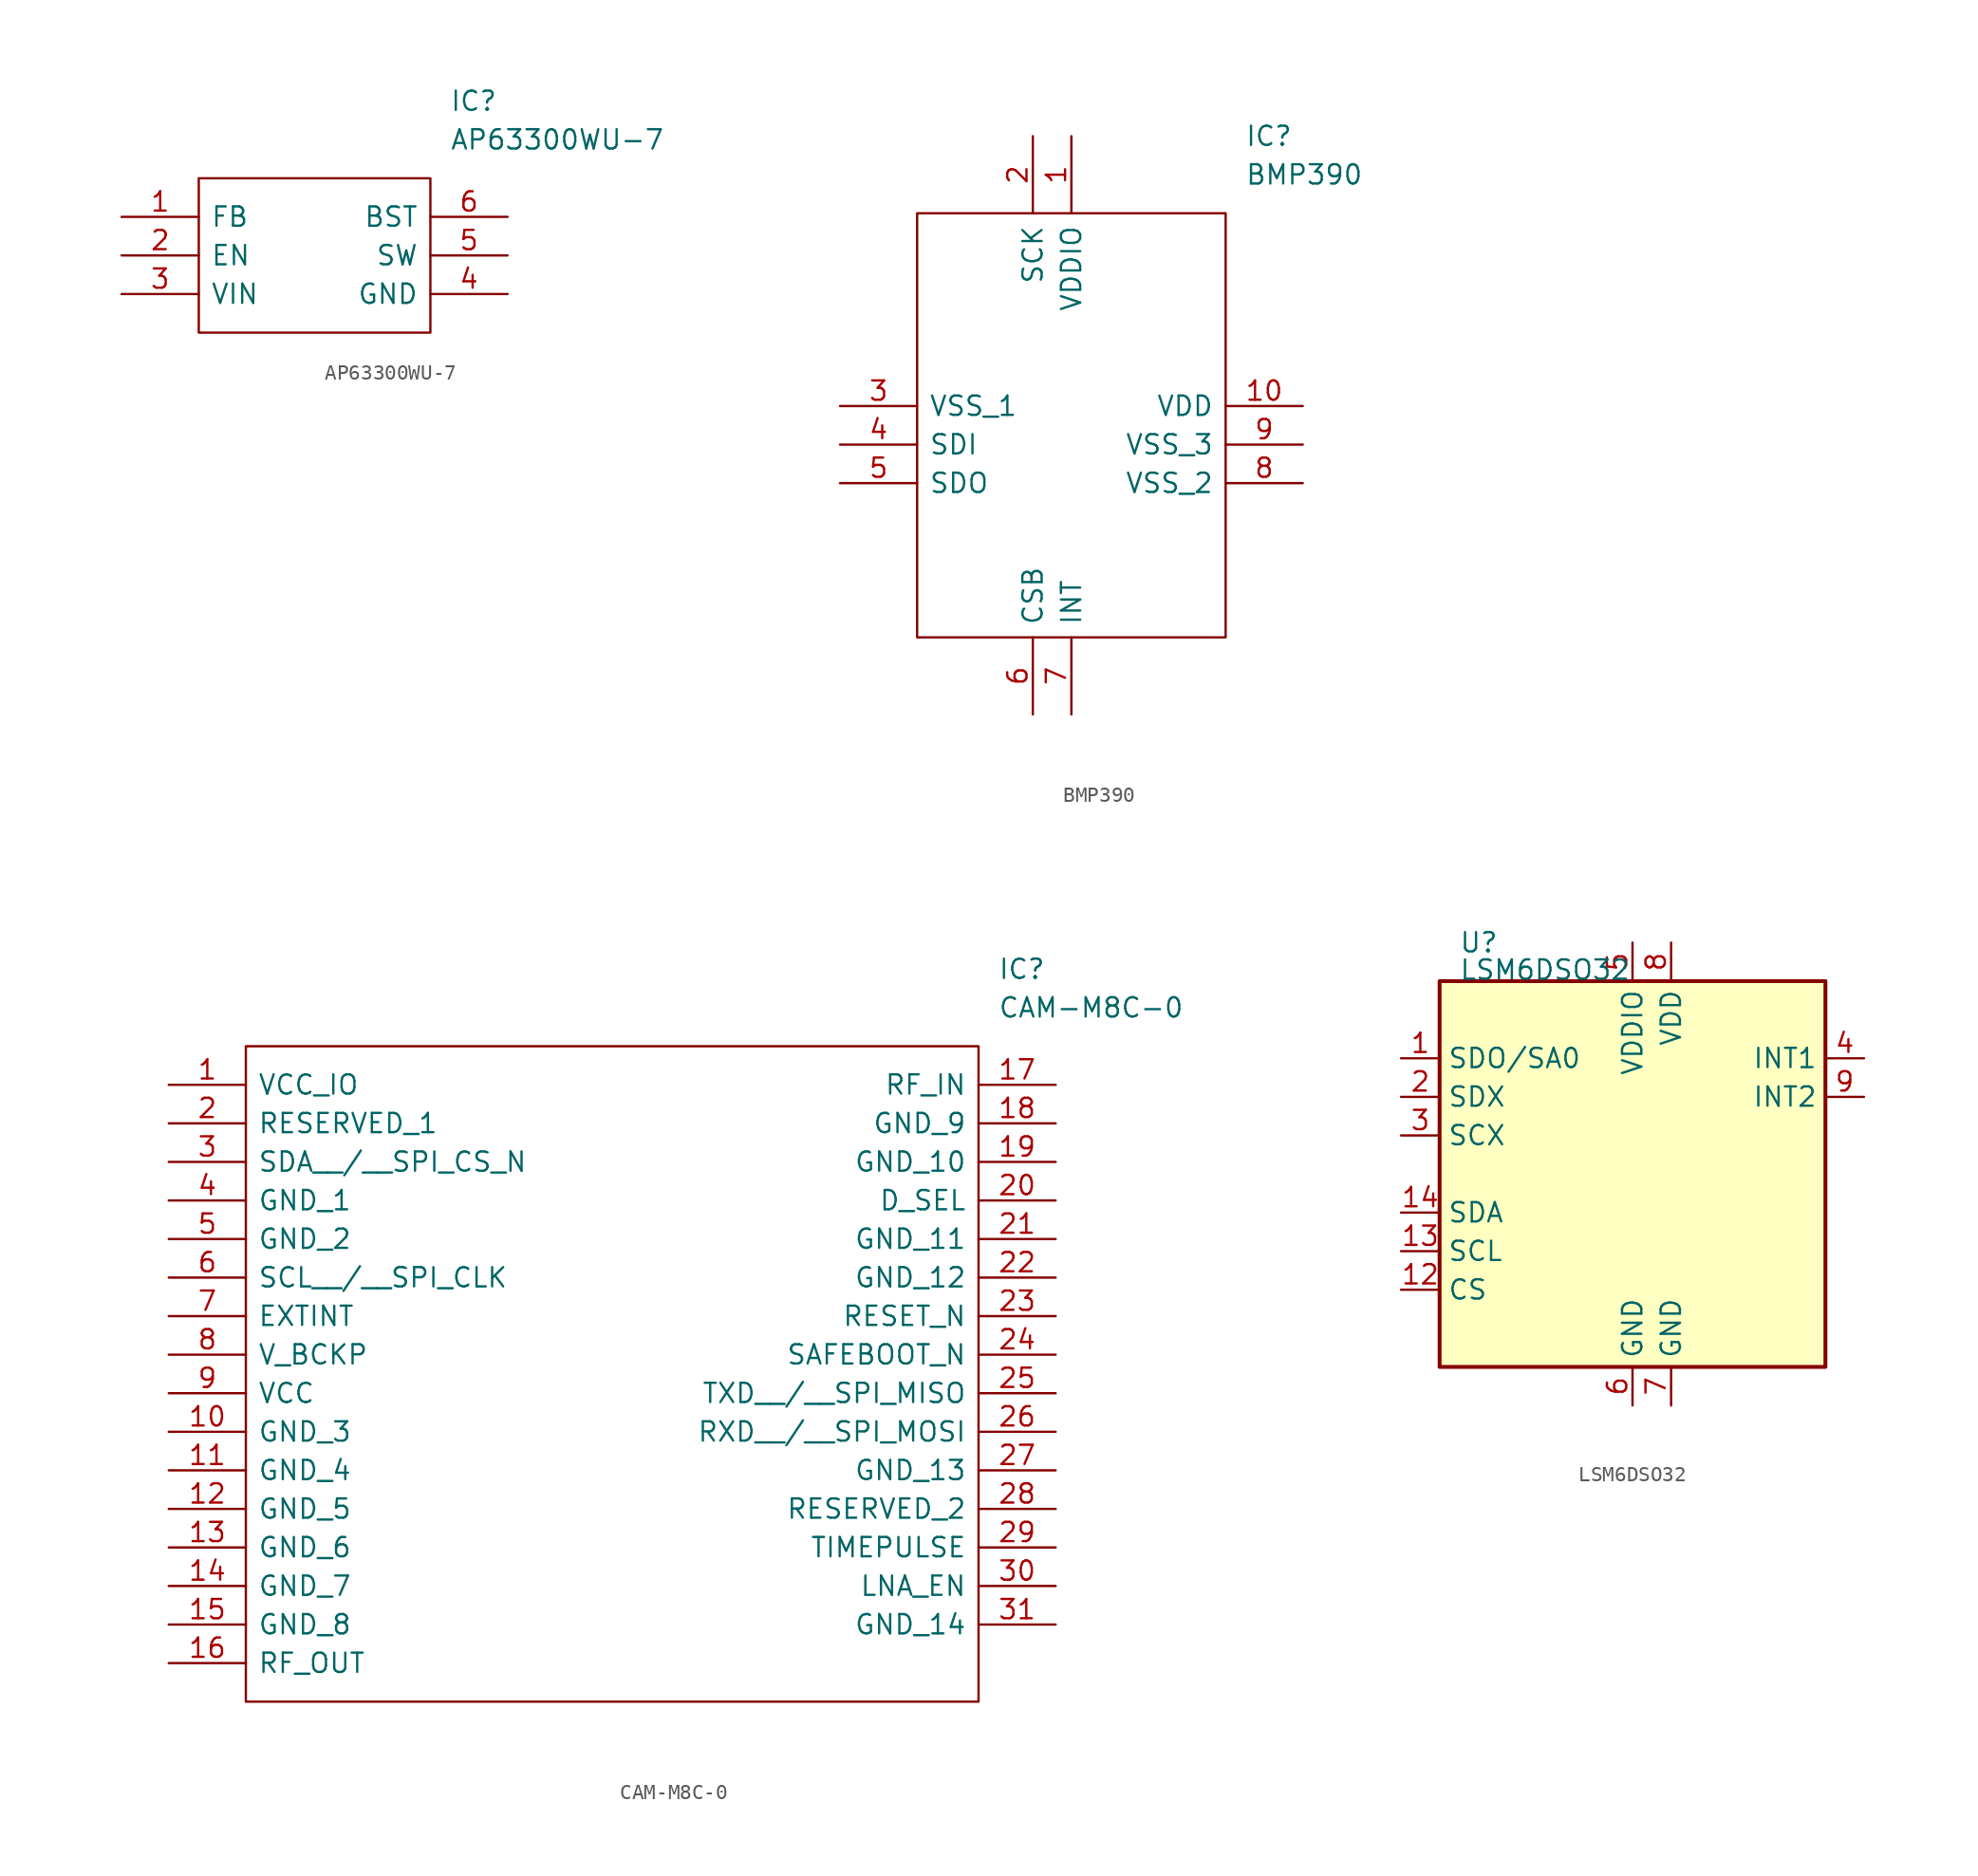
<source format=kicad_sym>
(kicad_symbol_lib
  (version 20211014)
  (generator kicad_symbol_editor)
  (symbol "AP63300WU-7"
    (pin_names
      (offset 0.762))
    (property "Reference" "IC"
      (at 21.59 7.62 0)
      (effects (font (size 1.27 1.27)) (justify left)))
    (property "Value" "AP63300WU-7"
      (at 21.59 5.08 0)
      (effects (font (size 1.27 1.27)) (justify left)))
    (symbol "AP63300WU-7_0_0"
      (pin passive line (at 0 0 0) (length 5.08) (name "FB" (effects (font (size 1.27 1.27)))) (number "1" (effects (font (size 1.27 1.27)))))
      (pin passive line (at 0 -2.54 0) (length 5.08) (name "EN" (effects (font (size 1.27 1.27)))) (number "2" (effects (font (size 1.27 1.27)))))
      (pin passive line (at 0 -5.08 0) (length 5.08) (name "VIN" (effects (font (size 1.27 1.27)))) (number "3" (effects (font (size 1.27 1.27)))))
      (pin passive line (at 25.4 -5.08 180) (length 5.08) (name "GND" (effects (font (size 1.27 1.27)))) (number "4" (effects (font (size 1.27 1.27)))))
      (pin passive line (at 25.4 -2.54 180) (length 5.08) (name "SW" (effects (font (size 1.27 1.27)))) (number "5" (effects (font (size 1.27 1.27)))))
      (pin passive line (at 25.4 0 180) (length 5.08) (name "BST" (effects (font (size 1.27 1.27)))) (number "6" (effects (font (size 1.27 1.27))))))
    (symbol "AP63300WU-7_0_1"
      (polyline (pts (xy 5.08 2.54) (xy 20.32 2.54) (xy 20.32 -7.62) (xy 5.08 -7.62) (xy 5.08 2.54)) (stroke (width 0.152) (type default) (color 0 0 0 0)) (fill (type none)))))
  (symbol "BMP390"
    (pin_names
      (offset 0.762))
    (property "Reference" "IC"
      (at 26.67 17.78 0)
      (effects (font (size 1.27 1.27)) (justify left)))
    (property "Value" "BMP390"
      (at 26.67 15.24 0)
      (effects (font (size 1.27 1.27)) (justify left)))
    (symbol "BMP390_0_0"
      (pin passive line (at 15.24 17.78 270) (length 5.08) (name "VDDIO" (effects (font (size 1.27 1.27)))) (number "1" (effects (font (size 1.27 1.27)))))
      (pin passive line (at 30.48 0 180) (length 5.08) (name "VDD" (effects (font (size 1.27 1.27)))) (number "10" (effects (font (size 1.27 1.27)))))
      (pin passive line (at 12.7 17.78 270) (length 5.08) (name "SCK" (effects (font (size 1.27 1.27)))) (number "2" (effects (font (size 1.27 1.27)))))
      (pin passive line (at 0 0 0) (length 5.08) (name "VSS_1" (effects (font (size 1.27 1.27)))) (number "3" (effects (font (size 1.27 1.27)))))
      (pin passive line (at 0 -2.54 0) (length 5.08) (name "SDI" (effects (font (size 1.27 1.27)))) (number "4" (effects (font (size 1.27 1.27)))))
      (pin passive line (at 0 -5.08 0) (length 5.08) (name "SDO" (effects (font (size 1.27 1.27)))) (number "5" (effects (font (size 1.27 1.27)))))
      (pin passive line (at 12.7 -20.32 90) (length 5.08) (name "CSB" (effects (font (size 1.27 1.27)))) (number "6" (effects (font (size 1.27 1.27)))))
      (pin passive line (at 15.24 -20.32 90) (length 5.08) (name "INT" (effects (font (size 1.27 1.27)))) (number "7" (effects (font (size 1.27 1.27)))))
      (pin passive line (at 30.48 -5.08 180) (length 5.08) (name "VSS_2" (effects (font (size 1.27 1.27)))) (number "8" (effects (font (size 1.27 1.27)))))
      (pin passive line (at 30.48 -2.54 180) (length 5.08) (name "VSS_3" (effects (font (size 1.27 1.27)))) (number "9" (effects (font (size 1.27 1.27))))))
    (symbol "BMP390_0_1"
      (polyline (pts (xy 5.08 12.7) (xy 25.4 12.7) (xy 25.4 -15.24) (xy 5.08 -15.24) (xy 5.08 12.7)) (stroke (width 0.152) (type default) (color 0 0 0 0)) (fill (type none)))))
  (symbol "CAM-M8C-0"
    (pin_names
      (offset 0.762))
    (property "Reference" "IC"
      (at 54.61 7.62 0)
      (effects (font (size 1.27 1.27)) (justify left)))
    (property "Value" "CAM-M8C-0"
      (at 54.61 5.08 0)
      (effects (font (size 1.27 1.27)) (justify left)))
    (symbol "CAM-M8C-0_0_0"
      (pin passive line (at 0 0 0) (length 5.08) (name "VCC_IO" (effects (font (size 1.27 1.27)))) (number "1" (effects (font (size 1.27 1.27)))))
      (pin passive line (at 0 -22.86 0) (length 5.08) (name "GND_3" (effects (font (size 1.27 1.27)))) (number "10" (effects (font (size 1.27 1.27)))))
      (pin passive line (at 0 -25.4 0) (length 5.08) (name "GND_4" (effects (font (size 1.27 1.27)))) (number "11" (effects (font (size 1.27 1.27)))))
      (pin passive line (at 0 -27.94 0) (length 5.08) (name "GND_5" (effects (font (size 1.27 1.27)))) (number "12" (effects (font (size 1.27 1.27)))))
      (pin passive line (at 0 -30.48 0) (length 5.08) (name "GND_6" (effects (font (size 1.27 1.27)))) (number "13" (effects (font (size 1.27 1.27)))))
      (pin passive line (at 0 -33.02 0) (length 5.08) (name "GND_7" (effects (font (size 1.27 1.27)))) (number "14" (effects (font (size 1.27 1.27)))))
      (pin passive line (at 0 -35.56 0) (length 5.08) (name "GND_8" (effects (font (size 1.27 1.27)))) (number "15" (effects (font (size 1.27 1.27)))))
      (pin passive line (at 0 -38.1 0) (length 5.08) (name "RF_OUT" (effects (font (size 1.27 1.27)))) (number "16" (effects (font (size 1.27 1.27)))))
      (pin passive line (at 58.42 0 180) (length 5.08) (name "RF_IN" (effects (font (size 1.27 1.27)))) (number "17" (effects (font (size 1.27 1.27)))))
      (pin passive line (at 58.42 -2.54 180) (length 5.08) (name "GND_9" (effects (font (size 1.27 1.27)))) (number "18" (effects (font (size 1.27 1.27)))))
      (pin passive line (at 58.42 -5.08 180) (length 5.08) (name "GND_10" (effects (font (size 1.27 1.27)))) (number "19" (effects (font (size 1.27 1.27)))))
      (pin passive line (at 0 -2.54 0) (length 5.08) (name "RESERVED_1" (effects (font (size 1.27 1.27)))) (number "2" (effects (font (size 1.27 1.27)))))
      (pin passive line (at 58.42 -7.62 180) (length 5.08) (name "D_SEL" (effects (font (size 1.27 1.27)))) (number "20" (effects (font (size 1.27 1.27)))))
      (pin passive line (at 58.42 -10.16 180) (length 5.08) (name "GND_11" (effects (font (size 1.27 1.27)))) (number "21" (effects (font (size 1.27 1.27)))))
      (pin passive line (at 58.42 -12.7 180) (length 5.08) (name "GND_12" (effects (font (size 1.27 1.27)))) (number "22" (effects (font (size 1.27 1.27)))))
      (pin passive line (at 58.42 -15.24 180) (length 5.08) (name "RESET_N" (effects (font (size 1.27 1.27)))) (number "23" (effects (font (size 1.27 1.27)))))
      (pin passive line (at 58.42 -17.78 180) (length 5.08) (name "SAFEBOOT_N" (effects (font (size 1.27 1.27)))) (number "24" (effects (font (size 1.27 1.27)))))
      (pin passive line (at 58.42 -20.32 180) (length 5.08) (name "TXD__/__SPI_MISO" (effects (font (size 1.27 1.27)))) (number "25" (effects (font (size 1.27 1.27)))))
      (pin passive line (at 58.42 -22.86 180) (length 5.08) (name "RXD__/__SPI_MOSI" (effects (font (size 1.27 1.27)))) (number "26" (effects (font (size 1.27 1.27)))))
      (pin passive line (at 58.42 -25.4 180) (length 5.08) (name "GND_13" (effects (font (size 1.27 1.27)))) (number "27" (effects (font (size 1.27 1.27)))))
      (pin passive line (at 58.42 -27.94 180) (length 5.08) (name "RESERVED_2" (effects (font (size 1.27 1.27)))) (number "28" (effects (font (size 1.27 1.27)))))
      (pin passive line (at 58.42 -30.48 180) (length 5.08) (name "TIMEPULSE" (effects (font (size 1.27 1.27)))) (number "29" (effects (font (size 1.27 1.27)))))
      (pin passive line (at 0 -5.08 0) (length 5.08) (name "SDA__/__SPI_CS_N" (effects (font (size 1.27 1.27)))) (number "3" (effects (font (size 1.27 1.27)))))
      (pin passive line (at 58.42 -33.02 180) (length 5.08) (name "LNA_EN" (effects (font (size 1.27 1.27)))) (number "30" (effects (font (size 1.27 1.27)))))
      (pin passive line (at 58.42 -35.56 180) (length 5.08) (name "GND_14" (effects (font (size 1.27 1.27)))) (number "31" (effects (font (size 1.27 1.27)))))
      (pin passive line (at 0 -7.62 0) (length 5.08) (name "GND_1" (effects (font (size 1.27 1.27)))) (number "4" (effects (font (size 1.27 1.27)))))
      (pin passive line (at 0 -10.16 0) (length 5.08) (name "GND_2" (effects (font (size 1.27 1.27)))) (number "5" (effects (font (size 1.27 1.27)))))
      (pin passive line (at 0 -12.7 0) (length 5.08) (name "SCL__/__SPI_CLK" (effects (font (size 1.27 1.27)))) (number "6" (effects (font (size 1.27 1.27)))))
      (pin passive line (at 0 -15.24 0) (length 5.08) (name "EXTINT" (effects (font (size 1.27 1.27)))) (number "7" (effects (font (size 1.27 1.27)))))
      (pin passive line (at 0 -17.78 0) (length 5.08) (name "V_BCKP" (effects (font (size 1.27 1.27)))) (number "8" (effects (font (size 1.27 1.27)))))
      (pin passive line (at 0 -20.32 0) (length 5.08) (name "VCC" (effects (font (size 1.27 1.27)))) (number "9" (effects (font (size 1.27 1.27))))))
    (symbol "CAM-M8C-0_0_1"
      (polyline (pts (xy 5.08 2.54) (xy 53.34 2.54) (xy 53.34 -40.64) (xy 5.08 -40.64) (xy 5.08 2.54)) (stroke (width 0.152) (type default) (color 0 0 0 0)) (fill (type none)))))
  (symbol "LSM6DSO32"
    (property "Reference" "U"
      (at -11.43 15.24 0)
      (effects (font (size 1.27 1.27)) (justify left)))
    (property "Value" "LSM6DSO32"
      (at -11.43 12.7 0)
      (effects (font (size 1.27 1.27)) (justify left bottom)))
    (symbol "LSM6DSO32_0_1"
      (rectangle (start -12.7 12.7) (end 12.7 -12.7) (stroke (width 0.254) (type default) (color 0 0 0 0)) (fill (type background))))
    (symbol "LSM6DSO32_1_1"
      (pin bidirectional line (at -15.24 7.62 0) (length 2.54) (name "SDO/SA0" (effects (font (size 1.27 1.27)))) (number "1" (effects (font (size 1.27 1.27)))))
      (pin no_connect line (at 12.7 -5.08 180) (length 3.81) hide (name "NC" (effects (font (size 1.27 1.27)))) (number "10" (effects (font (size 1.27 1.27)))))
      (pin no_connect line (at 12.7 -2.54 180) (length 3.81) hide (name "NC" (effects (font (size 1.27 1.27)))) (number "11" (effects (font (size 1.27 1.27)))))
      (pin input line (at -15.24 -7.62 0) (length 2.54) (name "CS" (effects (font (size 1.27 1.27)))) (number "12" (effects (font (size 1.27 1.27)))))
      (pin input line (at -15.24 -5.08 0) (length 2.54) (name "SCL" (effects (font (size 1.27 1.27)))) (number "13" (effects (font (size 1.27 1.27)))))
      (pin bidirectional line (at -15.24 -2.54 0) (length 2.54) (name "SDA" (effects (font (size 1.27 1.27)))) (number "14" (effects (font (size 1.27 1.27)))))
      (pin bidirectional line (at -15.24 5.08 0) (length 2.54) (name "SDX" (effects (font (size 1.27 1.27)))) (number "2" (effects (font (size 1.27 1.27)))))
      (pin input line (at -15.24 2.54 0) (length 2.54) (name "SCX" (effects (font (size 1.27 1.27)))) (number "3" (effects (font (size 1.27 1.27)))))
      (pin output line (at 15.24 7.62 180) (length 2.54) (name "INT1" (effects (font (size 1.27 1.27)))) (number "4" (effects (font (size 1.27 1.27)))))
      (pin power_in line (at 0 15.24 270) (length 2.54) (name "VDDIO" (effects (font (size 1.27 1.27)))) (number "5" (effects (font (size 1.27 1.27)))))
      (pin power_in line (at 0 -15.24 90) (length 2.54) (name "GND" (effects (font (size 1.27 1.27)))) (number "6" (effects (font (size 1.27 1.27)))))
      (pin power_in line (at 2.54 -15.24 90) (length 2.54) (name "GND" (effects (font (size 1.27 1.27)))) (number "7" (effects (font (size 1.27 1.27)))))
      (pin power_in line (at 2.54 15.24 270) (length 2.54) (name "VDD" (effects (font (size 1.27 1.27)))) (number "8" (effects (font (size 1.27 1.27)))))
      (pin output line (at 15.24 5.08 180) (length 2.54) (name "INT2" (effects (font (size 1.27 1.27)))) (number "9" (effects (font (size 1.27 1.27))))))))
</source>
